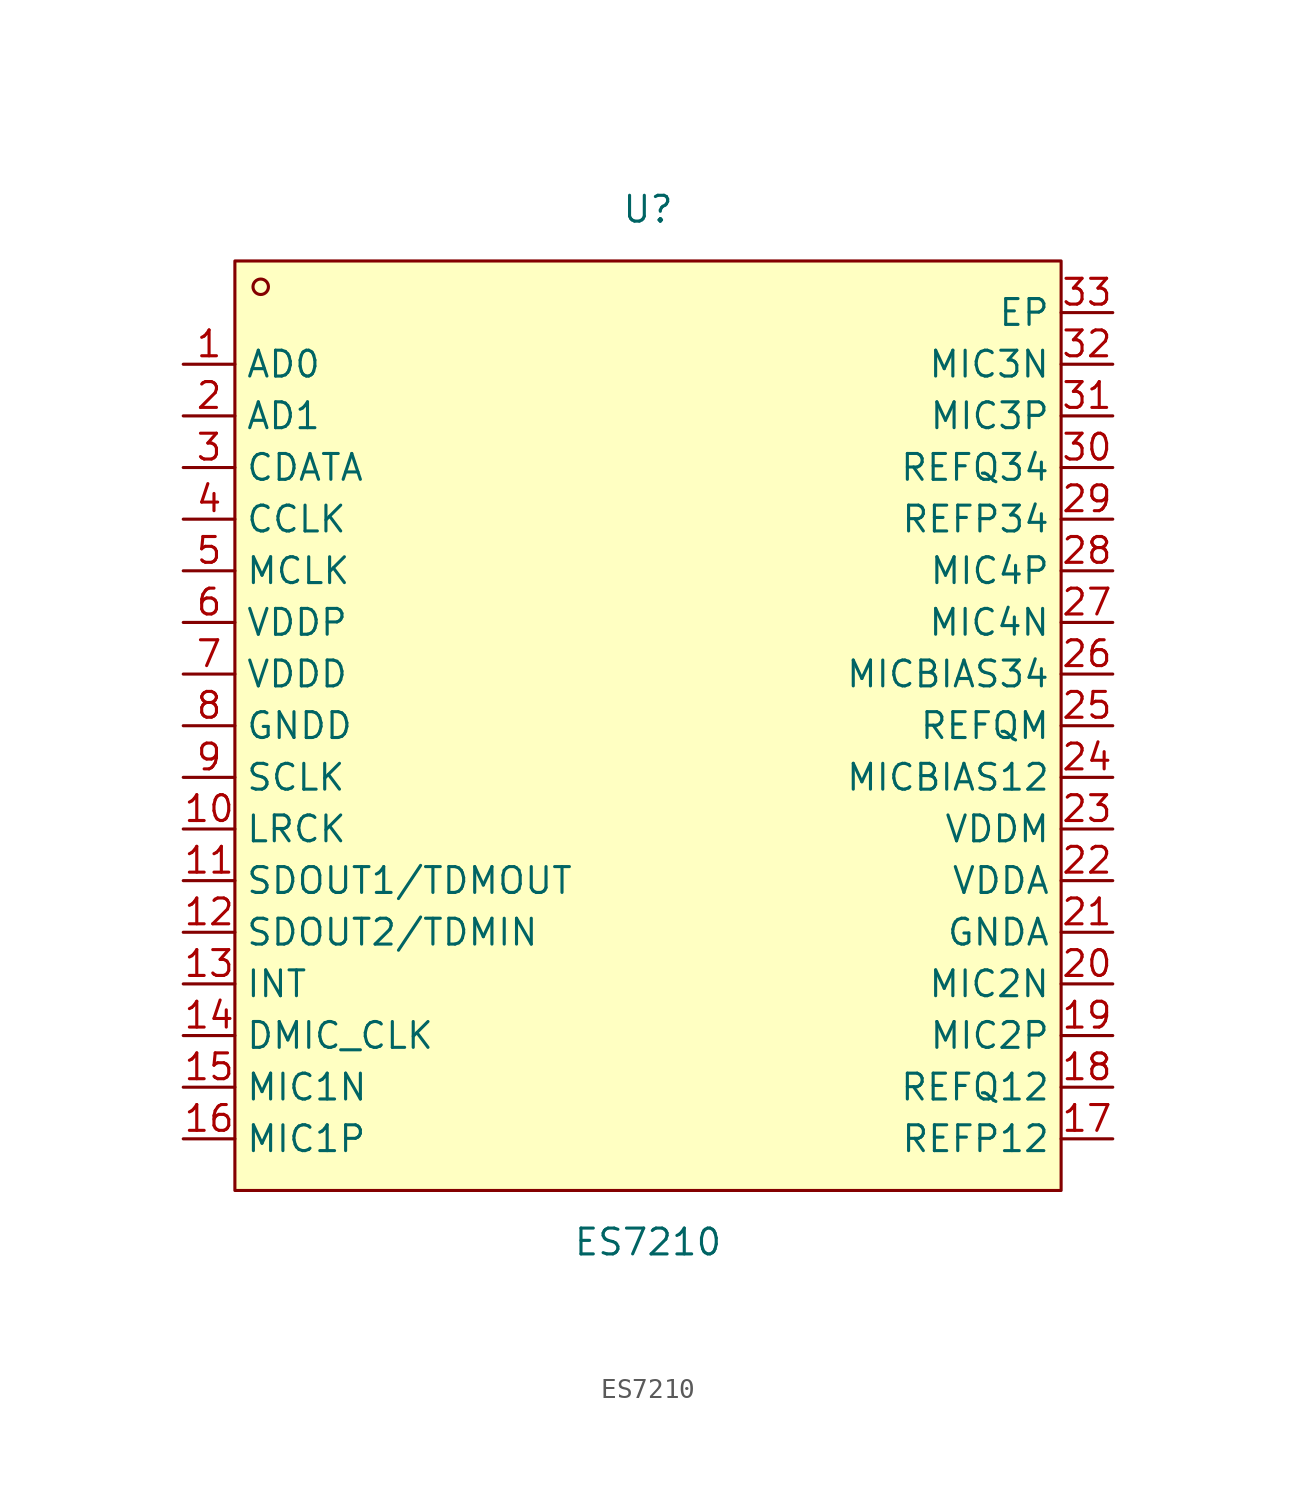
<source format=kicad_sym>
(kicad_symbol_lib
  (version 20211014)
  (generator https://github.com/uPesy/easyeda2kicad.py)
  (symbol "ES7210"
    (property "Reference" "U"
      (at 0 25.40 0)
      (effects (font (size 1.27 1.27))))
    (property "Value" "ES7210"
      (at 0 -25.40 0)
      (effects (font (size 1.27 1.27))))
    (symbol "ES7210_0_1"
      (rectangle (start -20.32 22.86) (end 20.32 -22.86) (stroke (width 0) (type default) (color 0 0 0 0)) (fill (type background)))
      (circle (center -19.05 21.59) (radius 0.38) (stroke (width 0) (type default) (color 0 0 0 0)) (fill (type none)))
      (pin unspecified line (at -22.86 17.78 0) (length 2.54) (name "AD0" (effects (font (size 1.27 1.27)))) (number "1" (effects (font (size 1.27 1.27)))))
      (pin unspecified line (at -22.86 15.24 0) (length 2.54) (name "AD1" (effects (font (size 1.27 1.27)))) (number "2" (effects (font (size 1.27 1.27)))))
      (pin unspecified line (at -22.86 12.70 0) (length 2.54) (name "CDATA" (effects (font (size 1.27 1.27)))) (number "3" (effects (font (size 1.27 1.27)))))
      (pin unspecified line (at -22.86 10.16 0) (length 2.54) (name "CCLK" (effects (font (size 1.27 1.27)))) (number "4" (effects (font (size 1.27 1.27)))))
      (pin unspecified line (at -22.86 7.62 0) (length 2.54) (name "MCLK" (effects (font (size 1.27 1.27)))) (number "5" (effects (font (size 1.27 1.27)))))
      (pin unspecified line (at -22.86 5.08 0) (length 2.54) (name "VDDP" (effects (font (size 1.27 1.27)))) (number "6" (effects (font (size 1.27 1.27)))))
      (pin unspecified line (at -22.86 2.54 0) (length 2.54) (name "VDDD" (effects (font (size 1.27 1.27)))) (number "7" (effects (font (size 1.27 1.27)))))
      (pin unspecified line (at -22.86 -0.00 0) (length 2.54) (name "GNDD" (effects (font (size 1.27 1.27)))) (number "8" (effects (font (size 1.27 1.27)))))
      (pin unspecified line (at -22.86 -2.54 0) (length 2.54) (name "SCLK" (effects (font (size 1.27 1.27)))) (number "9" (effects (font (size 1.27 1.27)))))
      (pin unspecified line (at -22.86 -5.08 0) (length 2.54) (name "LRCK" (effects (font (size 1.27 1.27)))) (number "10" (effects (font (size 1.27 1.27)))))
      (pin unspecified line (at -22.86 -7.62 0) (length 2.54) (name "SDOUT1/TDMOUT" (effects (font (size 1.27 1.27)))) (number "11" (effects (font (size 1.27 1.27)))))
      (pin unspecified line (at -22.86 -10.16 0) (length 2.54) (name "SDOUT2/TDMIN" (effects (font (size 1.27 1.27)))) (number "12" (effects (font (size 1.27 1.27)))))
      (pin unspecified line (at -22.86 -12.70 0) (length 2.54) (name "INT" (effects (font (size 1.27 1.27)))) (number "13" (effects (font (size 1.27 1.27)))))
      (pin unspecified line (at -22.86 -15.24 0) (length 2.54) (name "DMIC_CLK" (effects (font (size 1.27 1.27)))) (number "14" (effects (font (size 1.27 1.27)))))
      (pin unspecified line (at -22.86 -17.78 0) (length 2.54) (name "MIC1N" (effects (font (size 1.27 1.27)))) (number "15" (effects (font (size 1.27 1.27)))))
      (pin unspecified line (at -22.86 -20.32 0) (length 2.54) (name "MIC1P" (effects (font (size 1.27 1.27)))) (number "16" (effects (font (size 1.27 1.27)))))
      (pin unspecified line (at 22.86 -20.32 180) (length 2.54) (name "REFP12" (effects (font (size 1.27 1.27)))) (number "17" (effects (font (size 1.27 1.27)))))
      (pin unspecified line (at 22.86 -17.78 180) (length 2.54) (name "REFQ12" (effects (font (size 1.27 1.27)))) (number "18" (effects (font (size 1.27 1.27)))))
      (pin unspecified line (at 22.86 -15.24 180) (length 2.54) (name "MIC2P" (effects (font (size 1.27 1.27)))) (number "19" (effects (font (size 1.27 1.27)))))
      (pin unspecified line (at 22.86 -12.70 180) (length 2.54) (name "MIC2N" (effects (font (size 1.27 1.27)))) (number "20" (effects (font (size 1.27 1.27)))))
      (pin unspecified line (at 22.86 -10.16 180) (length 2.54) (name "GNDA" (effects (font (size 1.27 1.27)))) (number "21" (effects (font (size 1.27 1.27)))))
      (pin unspecified line (at 22.86 -7.62 180) (length 2.54) (name "VDDA" (effects (font (size 1.27 1.27)))) (number "22" (effects (font (size 1.27 1.27)))))
      (pin unspecified line (at 22.86 -5.08 180) (length 2.54) (name "VDDM" (effects (font (size 1.27 1.27)))) (number "23" (effects (font (size 1.27 1.27)))))
      (pin unspecified line (at 22.86 -2.54 180) (length 2.54) (name "MICBIAS12" (effects (font (size 1.27 1.27)))) (number "24" (effects (font (size 1.27 1.27)))))
      (pin unspecified line (at 22.86 -0.00 180) (length 2.54) (name "REFQM" (effects (font (size 1.27 1.27)))) (number "25" (effects (font (size 1.27 1.27)))))
      (pin unspecified line (at 22.86 2.54 180) (length 2.54) (name "MICBIAS34" (effects (font (size 1.27 1.27)))) (number "26" (effects (font (size 1.27 1.27)))))
      (pin unspecified line (at 22.86 5.08 180) (length 2.54) (name "MIC4N" (effects (font (size 1.27 1.27)))) (number "27" (effects (font (size 1.27 1.27)))))
      (pin unspecified line (at 22.86 7.62 180) (length 2.54) (name "MIC4P" (effects (font (size 1.27 1.27)))) (number "28" (effects (font (size 1.27 1.27)))))
      (pin unspecified line (at 22.86 10.16 180) (length 2.54) (name "REFP34" (effects (font (size 1.27 1.27)))) (number "29" (effects (font (size 1.27 1.27)))))
      (pin unspecified line (at 22.86 12.70 180) (length 2.54) (name "REFQ34" (effects (font (size 1.27 1.27)))) (number "30" (effects (font (size 1.27 1.27)))))
      (pin unspecified line (at 22.86 15.24 180) (length 2.54) (name "MIC3P" (effects (font (size 1.27 1.27)))) (number "31" (effects (font (size 1.27 1.27)))))
      (pin unspecified line (at 22.86 17.78 180) (length 2.54) (name "MIC3N" (effects (font (size 1.27 1.27)))) (number "32" (effects (font (size 1.27 1.27)))))
      (pin unspecified line (at 22.86 20.32 180) (length 2.54) (name "EP" (effects (font (size 1.27 1.27)))) (number "33" (effects (font (size 1.27 1.27))))))))
</source>
